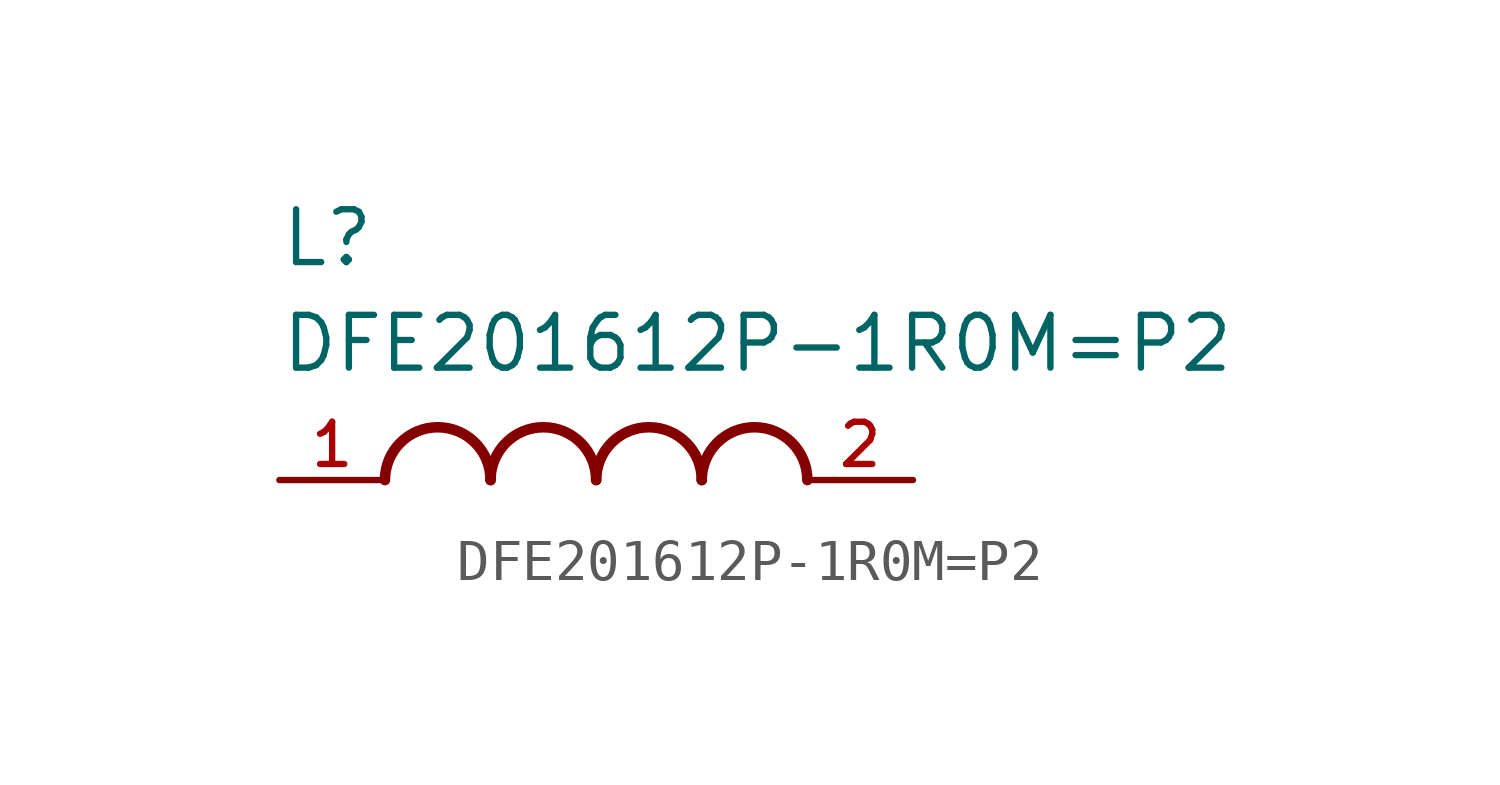
<source format=kicad_sym>
(kicad_symbol_lib
  (version 20211014)
  (generator kicad_symbol_editor)
  (symbol "DFE201612P-1R0M=P2"
    (pin_names
      (offset 1.016))
    (property "Reference" "L"
      (at -7.62 5.08 0)
      (effects (font (size 1.27 1.27)) (justify bottom left)))
    (property "Value" "DFE201612P-1R0M=P2"
      (at -7.62 2.54 0)
      (effects (font (size 1.27 1.27)) (justify bottom left)))
    (symbol "DFE201612P-1R0M=P2_0_0"
      (arc (start -2.54 0.0) (mid -3.81 1.27) (end -5.08 0.0) (stroke (width 0.254) (type default) (color 0 0 0 0)) (fill (type none)))
      (arc (start 0.0 0.0) (mid -1.27 1.27) (end -2.54 0.0) (stroke (width 0.254) (type default) (color 0 0 0 0)) (fill (type none)))
      (arc (start 2.54 0.0) (mid 1.27 1.27) (end 0.0 0.0) (stroke (width 0.254) (type default) (color 0 0 0 0)) (fill (type none)))
      (arc (start 5.08 0.0) (mid 3.81 1.27) (end 2.54 0.0) (stroke (width 0.254) (type default) (color 0 0 0 0)) (fill (type none)))
      (pin passive line (at -7.62 0.0 0) (length 2.54) (name "~" (effects (font (size 1.016 1.016)))) (number "1" (effects (font (size 1.016 1.016)))))
      (pin passive line (at 7.62 0.0 180.0) (length 2.54) (name "~" (effects (font (size 1.016 1.016)))) (number "2" (effects (font (size 1.016 1.016))))))))
</source>
